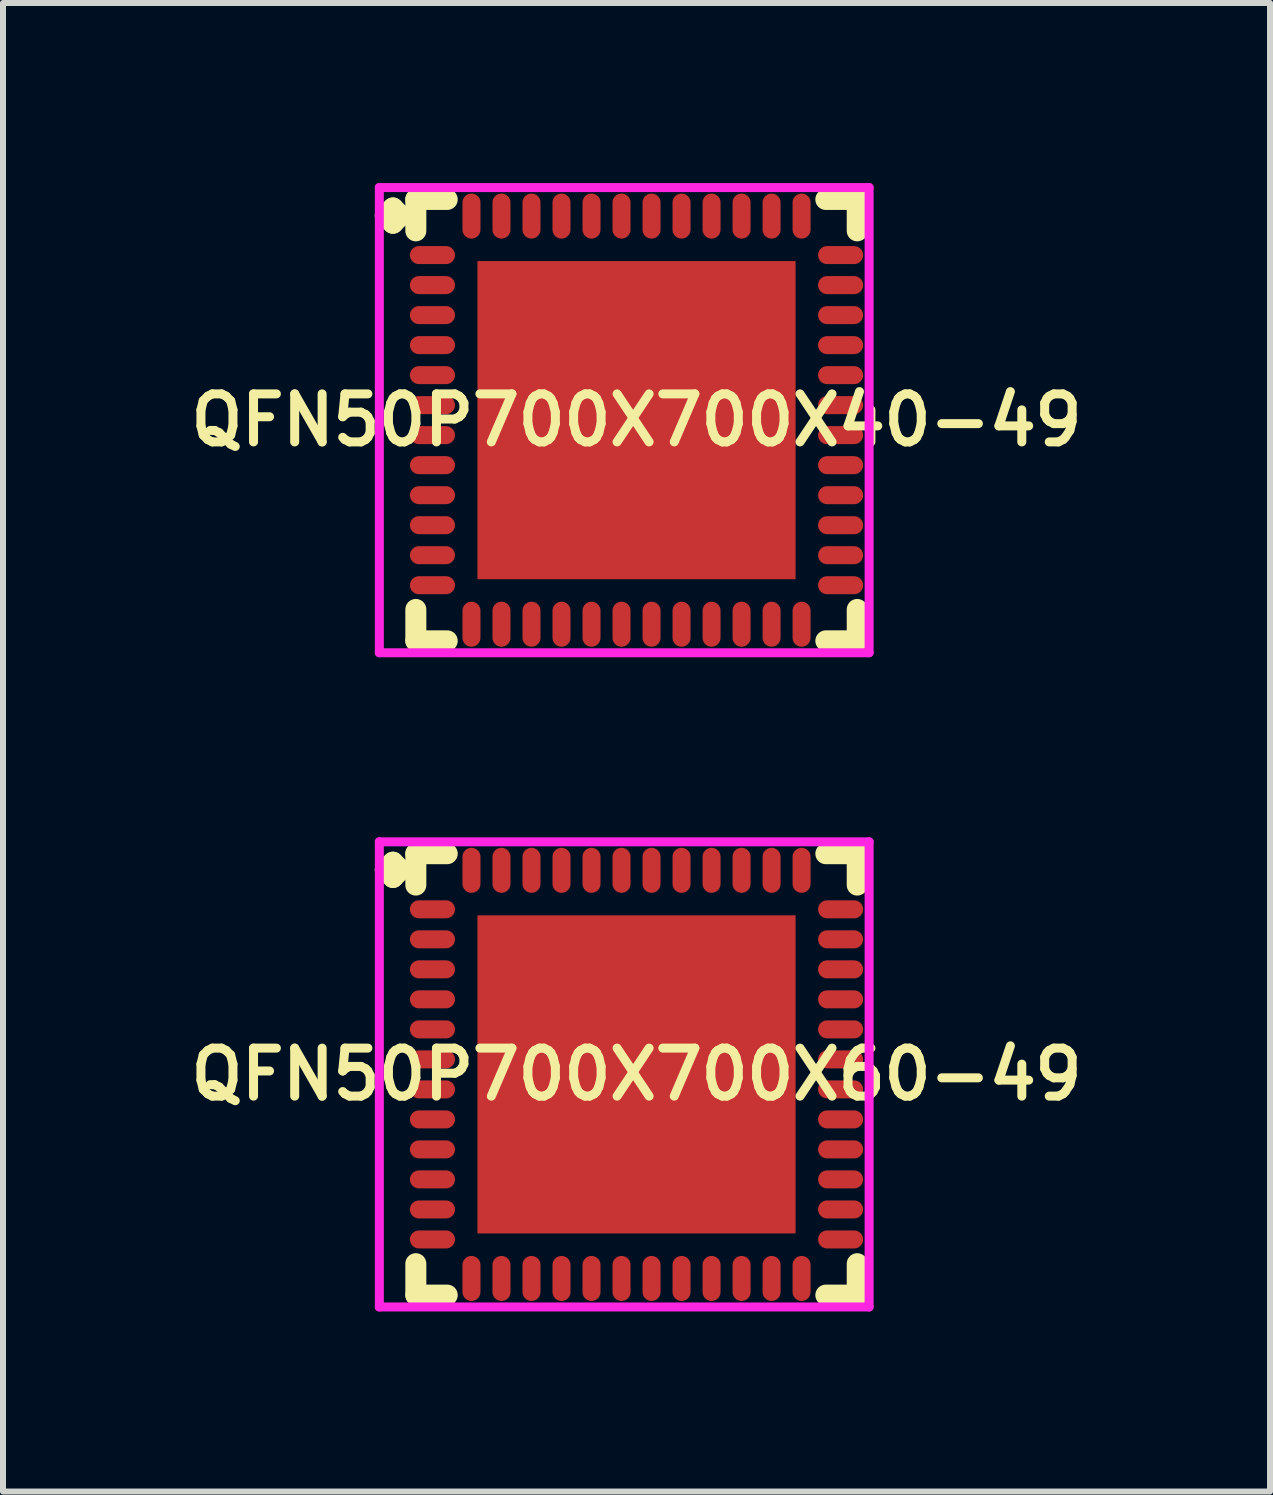
<source format=kicad_pcb>
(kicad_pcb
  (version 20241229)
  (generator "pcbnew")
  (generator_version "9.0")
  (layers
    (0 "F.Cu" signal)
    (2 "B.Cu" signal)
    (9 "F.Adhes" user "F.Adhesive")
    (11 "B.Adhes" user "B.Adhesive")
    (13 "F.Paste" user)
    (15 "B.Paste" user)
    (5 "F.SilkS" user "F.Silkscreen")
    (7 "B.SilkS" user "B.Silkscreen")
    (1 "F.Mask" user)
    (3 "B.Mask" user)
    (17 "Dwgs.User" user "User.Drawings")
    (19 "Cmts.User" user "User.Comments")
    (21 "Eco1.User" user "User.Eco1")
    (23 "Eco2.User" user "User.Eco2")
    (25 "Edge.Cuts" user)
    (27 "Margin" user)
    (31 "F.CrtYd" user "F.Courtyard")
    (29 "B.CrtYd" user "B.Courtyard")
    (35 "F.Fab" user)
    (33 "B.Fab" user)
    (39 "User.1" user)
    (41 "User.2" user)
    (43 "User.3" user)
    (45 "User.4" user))
  (footprint "QFN50P700X700X40-49"
    (layer "F.Cu")
    (at 7.555 3.95)
    (property "Reference" "QFN50P700X700X40-49" (at 0 0 0) (layer "F.SilkS") (effects (font (size 0.8 0.8) (thickness 0.15))))
    (attr smd)
    (fp_line (start -4.185 -3.408) (end -4.058 -3.535) (stroke (width 0.35) (type solid)) (layer "F.SilkS"))
    (fp_line (start -4.058 -3.535) (end -3.931 -3.408) (stroke (width 0.35) (type solid)) (layer "F.SilkS"))
    (fp_line (start -4.058 -3.281) (end -4.185 -3.408) (stroke (width 0.35) (type solid)) (layer "F.SilkS"))
    (fp_line (start -3.931 -3.408) (end -4.058 -3.281) (stroke (width 0.35) (type solid)) (layer "F.SilkS"))
    (fp_line (start -3.677 -3.677) (end -3.154 -3.677) (stroke (width 0.35) (type solid)) (layer "F.SilkS"))
    (fp_line (start -3.677 -3.154) (end -3.677 -3.677) (stroke (width 0.35) (type solid)) (layer "F.SilkS"))
    (fp_line (start -3.677 3.154) (end -3.677 3.677) (stroke (width 0.35) (type solid)) (layer "F.SilkS"))
    (fp_line (start -3.677 3.677) (end -3.154 3.677) (stroke (width 0.35) (type solid)) (layer "F.SilkS"))
    (fp_line (start 3.154 -3.677) (end 3.677 -3.677) (stroke (width 0.35) (type solid)) (layer "F.SilkS"))
    (fp_line (start 3.154 3.677) (end 3.677 3.677) (stroke (width 0.35) (type solid)) (layer "F.SilkS"))
    (fp_line (start 3.677 -3.677) (end 3.677 -3.154) (stroke (width 0.35) (type solid)) (layer "F.SilkS"))
    (fp_line (start 3.677 3.677) (end 3.677 3.154) (stroke (width 0.35) (type solid)) (layer "F.SilkS"))
    (fp_line (start -4.285 -3.875) (end 3.875 -3.875) (stroke (width 0.15) (type solid)) (layer "F.CrtYd"))
    (fp_line (start -4.285 3.875) (end -4.285 -3.875) (stroke (width 0.15) (type solid)) (layer "F.CrtYd"))
    (fp_line (start 3.875 -3.875) (end 3.875 3.875) (stroke (width 0.15) (type solid)) (layer "F.CrtYd"))
    (fp_line (start 3.875 3.875) (end -4.285 3.875) (stroke (width 0.15) (type solid)) (layer "F.CrtYd"))
    (pad "1" smd oval (at -3.4 -2.75) (size 0.75 0.3) (layers "F.Cu" "F.Mask" "F.Paste"))
    (pad "2" smd oval (at -3.4 -2.25) (size 0.75 0.3) (layers "F.Cu" "F.Mask" "F.Paste"))
    (pad "3" smd oval (at -3.4 -1.75) (size 0.75 0.3) (layers "F.Cu" "F.Mask" "F.Paste"))
    (pad "4" smd oval (at -3.4 -1.25) (size 0.75 0.3) (layers "F.Cu" "F.Mask" "F.Paste"))
    (pad "5" smd oval (at -3.4 -0.75) (size 0.75 0.3) (layers "F.Cu" "F.Mask" "F.Paste"))
    (pad "6" smd oval (at -3.4 -0.25) (size 0.75 0.3) (layers "F.Cu" "F.Mask" "F.Paste"))
    (pad "7" smd oval (at -3.4 0.25) (size 0.75 0.3) (layers "F.Cu" "F.Mask" "F.Paste"))
    (pad "8" smd oval (at -3.4 0.75) (size 0.75 0.3) (layers "F.Cu" "F.Mask" "F.Paste"))
    (pad "9" smd oval (at -3.4 1.25) (size 0.75 0.3) (layers "F.Cu" "F.Mask" "F.Paste"))
    (pad "10" smd oval (at -3.4 1.75) (size 0.75 0.3) (layers "F.Cu" "F.Mask" "F.Paste"))
    (pad "11" smd oval (at -3.4 2.25) (size 0.75 0.3) (layers "F.Cu" "F.Mask" "F.Paste"))
    (pad "12" smd oval (at -3.4 2.75) (size 0.75 0.3) (layers "F.Cu" "F.Mask" "F.Paste"))
    (pad "13" smd oval (at -2.75 3.4) (size 0.3 0.75) (layers "F.Cu" "F.Mask" "F.Paste"))
    (pad "14" smd oval (at -2.25 3.4) (size 0.3 0.75) (layers "F.Cu" "F.Mask" "F.Paste"))
    (pad "15" smd oval (at -1.75 3.4) (size 0.3 0.75) (layers "F.Cu" "F.Mask" "F.Paste"))
    (pad "16" smd oval (at -1.25 3.4) (size 0.3 0.75) (layers "F.Cu" "F.Mask" "F.Paste"))
    (pad "17" smd oval (at -0.75 3.4) (size 0.3 0.75) (layers "F.Cu" "F.Mask" "F.Paste"))
    (pad "18" smd oval (at -0.25 3.4) (size 0.3 0.75) (layers "F.Cu" "F.Mask" "F.Paste"))
    (pad "19" smd oval (at 0.25 3.4) (size 0.3 0.75) (layers "F.Cu" "F.Mask" "F.Paste"))
    (pad "20" smd oval (at 0.75 3.4) (size 0.3 0.75) (layers "F.Cu" "F.Mask" "F.Paste"))
    (pad "21" smd oval (at 1.25 3.4) (size 0.3 0.75) (layers "F.Cu" "F.Mask" "F.Paste"))
    (pad "22" smd oval (at 1.75 3.4) (size 0.3 0.75) (layers "F.Cu" "F.Mask" "F.Paste"))
    (pad "23" smd oval (at 2.25 3.4) (size 0.3 0.75) (layers "F.Cu" "F.Mask" "F.Paste"))
    (pad "24" smd oval (at 2.75 3.4) (size 0.3 0.75) (layers "F.Cu" "F.Mask" "F.Paste"))
    (pad "25" smd oval (at 3.4 2.75) (size 0.75 0.3) (layers "F.Cu" "F.Mask" "F.Paste"))
    (pad "26" smd oval (at 3.4 2.25) (size 0.75 0.3) (layers "F.Cu" "F.Mask" "F.Paste"))
    (pad "27" smd oval (at 3.4 1.75) (size 0.75 0.3) (layers "F.Cu" "F.Mask" "F.Paste"))
    (pad "28" smd oval (at 3.4 1.25) (size 0.75 0.3) (layers "F.Cu" "F.Mask" "F.Paste"))
    (pad "29" smd oval (at 3.4 0.75) (size 0.75 0.3) (layers "F.Cu" "F.Mask" "F.Paste"))
    (pad "30" smd oval (at 3.4 0.25) (size 0.75 0.3) (layers "F.Cu" "F.Mask" "F.Paste"))
    (pad "31" smd oval (at 3.4 -0.25) (size 0.75 0.3) (layers "F.Cu" "F.Mask" "F.Paste"))
    (pad "32" smd oval (at 3.4 -0.75) (size 0.75 0.3) (layers "F.Cu" "F.Mask" "F.Paste"))
    (pad "33" smd oval (at 3.4 -1.25) (size 0.75 0.3) (layers "F.Cu" "F.Mask" "F.Paste"))
    (pad "34" smd oval (at 3.4 -1.75) (size 0.75 0.3) (layers "F.Cu" "F.Mask" "F.Paste"))
    (pad "35" smd oval (at 3.4 -2.25) (size 0.75 0.3) (layers "F.Cu" "F.Mask" "F.Paste"))
    (pad "36" smd oval (at 3.4 -2.75) (size 0.75 0.3) (layers "F.Cu" "F.Mask" "F.Paste"))
    (pad "37" smd oval (at 2.75 -3.4) (size 0.3 0.75) (layers "F.Cu" "F.Mask" "F.Paste"))
    (pad "38" smd oval (at 2.25 -3.4) (size 0.3 0.75) (layers "F.Cu" "F.Mask" "F.Paste"))
    (pad "39" smd oval (at 1.75 -3.4) (size 0.3 0.75) (layers "F.Cu" "F.Mask" "F.Paste"))
    (pad "40" smd oval (at 1.25 -3.4) (size 0.3 0.75) (layers "F.Cu" "F.Mask" "F.Paste"))
    (pad "41" smd oval (at 0.75 -3.4) (size 0.3 0.75) (layers "F.Cu" "F.Mask" "F.Paste"))
    (pad "42" smd oval (at 0.25 -3.4) (size 0.3 0.75) (layers "F.Cu" "F.Mask" "F.Paste"))
    (pad "43" smd oval (at -0.25 -3.4) (size 0.3 0.75) (layers "F.Cu" "F.Mask" "F.Paste"))
    (pad "44" smd oval (at -0.75 -3.4) (size 0.3 0.75) (layers "F.Cu" "F.Mask" "F.Paste"))
    (pad "45" smd oval (at -1.25 -3.4) (size 0.3 0.75) (layers "F.Cu" "F.Mask" "F.Paste"))
    (pad "46" smd oval (at -1.75 -3.4) (size 0.3 0.75) (layers "F.Cu" "F.Mask" "F.Paste"))
    (pad "47" smd oval (at -2.25 -3.4) (size 0.3 0.75) (layers "F.Cu" "F.Mask" "F.Paste"))
    (pad "48" smd oval (at -2.75 -3.4) (size 0.3 0.75) (layers "F.Cu" "F.Mask" "F.Paste"))
    (pad "49" smd rect (at 0 0) (size 5.3 5.3) (layers "F.Cu" "F.Mask" "F.Paste")))
  (footprint "QFN50P700X700X60-49"
    (layer "F.Cu")
    (at 7.555 14.85)
    (property "Reference" "QFN50P700X700X60-49" (at 0 0 0) (layer "F.SilkS") (effects (font (size 0.8 0.8) (thickness 0.15))))
    (attr smd)
    (fp_line (start -4.185 -3.408) (end -4.058 -3.535) (stroke (width 0.35) (type solid)) (layer "F.SilkS"))
    (fp_line (start -4.058 -3.535) (end -3.931 -3.408) (stroke (width 0.35) (type solid)) (layer "F.SilkS"))
    (fp_line (start -4.058 -3.281) (end -4.185 -3.408) (stroke (width 0.35) (type solid)) (layer "F.SilkS"))
    (fp_line (start -3.931 -3.408) (end -4.058 -3.281) (stroke (width 0.35) (type solid)) (layer "F.SilkS"))
    (fp_line (start -3.677 -3.677) (end -3.154 -3.677) (stroke (width 0.35) (type solid)) (layer "F.SilkS"))
    (fp_line (start -3.677 -3.154) (end -3.677 -3.677) (stroke (width 0.35) (type solid)) (layer "F.SilkS"))
    (fp_line (start -3.677 3.154) (end -3.677 3.677) (stroke (width 0.35) (type solid)) (layer "F.SilkS"))
    (fp_line (start -3.677 3.677) (end -3.154 3.677) (stroke (width 0.35) (type solid)) (layer "F.SilkS"))
    (fp_line (start 3.154 -3.677) (end 3.677 -3.677) (stroke (width 0.35) (type solid)) (layer "F.SilkS"))
    (fp_line (start 3.154 3.677) (end 3.677 3.677) (stroke (width 0.35) (type solid)) (layer "F.SilkS"))
    (fp_line (start 3.677 -3.677) (end 3.677 -3.154) (stroke (width 0.35) (type solid)) (layer "F.SilkS"))
    (fp_line (start 3.677 3.677) (end 3.677 3.154) (stroke (width 0.35) (type solid)) (layer "F.SilkS"))
    (fp_line (start -4.285 -3.875) (end 3.875 -3.875) (stroke (width 0.15) (type solid)) (layer "F.CrtYd"))
    (fp_line (start -4.285 3.875) (end -4.285 -3.875) (stroke (width 0.15) (type solid)) (layer "F.CrtYd"))
    (fp_line (start 3.875 -3.875) (end 3.875 3.875) (stroke (width 0.15) (type solid)) (layer "F.CrtYd"))
    (fp_line (start 3.875 3.875) (end -4.285 3.875) (stroke (width 0.15) (type solid)) (layer "F.CrtYd"))
    (pad "1" smd oval (at -3.4 -2.75) (size 0.75 0.3) (layers "F.Cu" "F.Mask" "F.Paste"))
    (pad "2" smd oval (at -3.4 -2.25) (size 0.75 0.3) (layers "F.Cu" "F.Mask" "F.Paste"))
    (pad "3" smd oval (at -3.4 -1.75) (size 0.75 0.3) (layers "F.Cu" "F.Mask" "F.Paste"))
    (pad "4" smd oval (at -3.4 -1.25) (size 0.75 0.3) (layers "F.Cu" "F.Mask" "F.Paste"))
    (pad "5" smd oval (at -3.4 -0.75) (size 0.75 0.3) (layers "F.Cu" "F.Mask" "F.Paste"))
    (pad "6" smd oval (at -3.4 -0.25) (size 0.75 0.3) (layers "F.Cu" "F.Mask" "F.Paste"))
    (pad "7" smd oval (at -3.4 0.25) (size 0.75 0.3) (layers "F.Cu" "F.Mask" "F.Paste"))
    (pad "8" smd oval (at -3.4 0.75) (size 0.75 0.3) (layers "F.Cu" "F.Mask" "F.Paste"))
    (pad "9" smd oval (at -3.4 1.25) (size 0.75 0.3) (layers "F.Cu" "F.Mask" "F.Paste"))
    (pad "10" smd oval (at -3.4 1.75) (size 0.75 0.3) (layers "F.Cu" "F.Mask" "F.Paste"))
    (pad "11" smd oval (at -3.4 2.25) (size 0.75 0.3) (layers "F.Cu" "F.Mask" "F.Paste"))
    (pad "12" smd oval (at -3.4 2.75) (size 0.75 0.3) (layers "F.Cu" "F.Mask" "F.Paste"))
    (pad "13" smd oval (at -2.75 3.4) (size 0.3 0.75) (layers "F.Cu" "F.Mask" "F.Paste"))
    (pad "14" smd oval (at -2.25 3.4) (size 0.3 0.75) (layers "F.Cu" "F.Mask" "F.Paste"))
    (pad "15" smd oval (at -1.75 3.4) (size 0.3 0.75) (layers "F.Cu" "F.Mask" "F.Paste"))
    (pad "16" smd oval (at -1.25 3.4) (size 0.3 0.75) (layers "F.Cu" "F.Mask" "F.Paste"))
    (pad "17" smd oval (at -0.75 3.4) (size 0.3 0.75) (layers "F.Cu" "F.Mask" "F.Paste"))
    (pad "18" smd oval (at -0.25 3.4) (size 0.3 0.75) (layers "F.Cu" "F.Mask" "F.Paste"))
    (pad "19" smd oval (at 0.25 3.4) (size 0.3 0.75) (layers "F.Cu" "F.Mask" "F.Paste"))
    (pad "20" smd oval (at 0.75 3.4) (size 0.3 0.75) (layers "F.Cu" "F.Mask" "F.Paste"))
    (pad "21" smd oval (at 1.25 3.4) (size 0.3 0.75) (layers "F.Cu" "F.Mask" "F.Paste"))
    (pad "22" smd oval (at 1.75 3.4) (size 0.3 0.75) (layers "F.Cu" "F.Mask" "F.Paste"))
    (pad "23" smd oval (at 2.25 3.4) (size 0.3 0.75) (layers "F.Cu" "F.Mask" "F.Paste"))
    (pad "24" smd oval (at 2.75 3.4) (size 0.3 0.75) (layers "F.Cu" "F.Mask" "F.Paste"))
    (pad "25" smd oval (at 3.4 2.75) (size 0.75 0.3) (layers "F.Cu" "F.Mask" "F.Paste"))
    (pad "26" smd oval (at 3.4 2.25) (size 0.75 0.3) (layers "F.Cu" "F.Mask" "F.Paste"))
    (pad "27" smd oval (at 3.4 1.75) (size 0.75 0.3) (layers "F.Cu" "F.Mask" "F.Paste"))
    (pad "28" smd oval (at 3.4 1.25) (size 0.75 0.3) (layers "F.Cu" "F.Mask" "F.Paste"))
    (pad "29" smd oval (at 3.4 0.75) (size 0.75 0.3) (layers "F.Cu" "F.Mask" "F.Paste"))
    (pad "30" smd oval (at 3.4 0.25) (size 0.75 0.3) (layers "F.Cu" "F.Mask" "F.Paste"))
    (pad "31" smd oval (at 3.4 -0.25) (size 0.75 0.3) (layers "F.Cu" "F.Mask" "F.Paste"))
    (pad "32" smd oval (at 3.4 -0.75) (size 0.75 0.3) (layers "F.Cu" "F.Mask" "F.Paste"))
    (pad "33" smd oval (at 3.4 -1.25) (size 0.75 0.3) (layers "F.Cu" "F.Mask" "F.Paste"))
    (pad "34" smd oval (at 3.4 -1.75) (size 0.75 0.3) (layers "F.Cu" "F.Mask" "F.Paste"))
    (pad "35" smd oval (at 3.4 -2.25) (size 0.75 0.3) (layers "F.Cu" "F.Mask" "F.Paste"))
    (pad "36" smd oval (at 3.4 -2.75) (size 0.75 0.3) (layers "F.Cu" "F.Mask" "F.Paste"))
    (pad "37" smd oval (at 2.75 -3.4) (size 0.3 0.75) (layers "F.Cu" "F.Mask" "F.Paste"))
    (pad "38" smd oval (at 2.25 -3.4) (size 0.3 0.75) (layers "F.Cu" "F.Mask" "F.Paste"))
    (pad "39" smd oval (at 1.75 -3.4) (size 0.3 0.75) (layers "F.Cu" "F.Mask" "F.Paste"))
    (pad "40" smd oval (at 1.25 -3.4) (size 0.3 0.75) (layers "F.Cu" "F.Mask" "F.Paste"))
    (pad "41" smd oval (at 0.75 -3.4) (size 0.3 0.75) (layers "F.Cu" "F.Mask" "F.Paste"))
    (pad "42" smd oval (at 0.25 -3.4) (size 0.3 0.75) (layers "F.Cu" "F.Mask" "F.Paste"))
    (pad "43" smd oval (at -0.25 -3.4) (size 0.3 0.75) (layers "F.Cu" "F.Mask" "F.Paste"))
    (pad "44" smd oval (at -0.75 -3.4) (size 0.3 0.75) (layers "F.Cu" "F.Mask" "F.Paste"))
    (pad "45" smd oval (at -1.25 -3.4) (size 0.3 0.75) (layers "F.Cu" "F.Mask" "F.Paste"))
    (pad "46" smd oval (at -1.75 -3.4) (size 0.3 0.75) (layers "F.Cu" "F.Mask" "F.Paste"))
    (pad "47" smd oval (at -2.25 -3.4) (size 0.3 0.75) (layers "F.Cu" "F.Mask" "F.Paste"))
    (pad "48" smd oval (at -2.75 -3.4) (size 0.3 0.75) (layers "F.Cu" "F.Mask" "F.Paste"))
    (pad "49" smd rect (at 0 0) (size 5.3 5.3) (layers "F.Cu" "F.Mask" "F.Paste")))
  (gr_rect
    (start -3 -3)
    (end 18.109 21.8)
    (stroke (width 0.1) (type default))
    (fill no)
    (layer "Edge.Cuts")))
</source>
